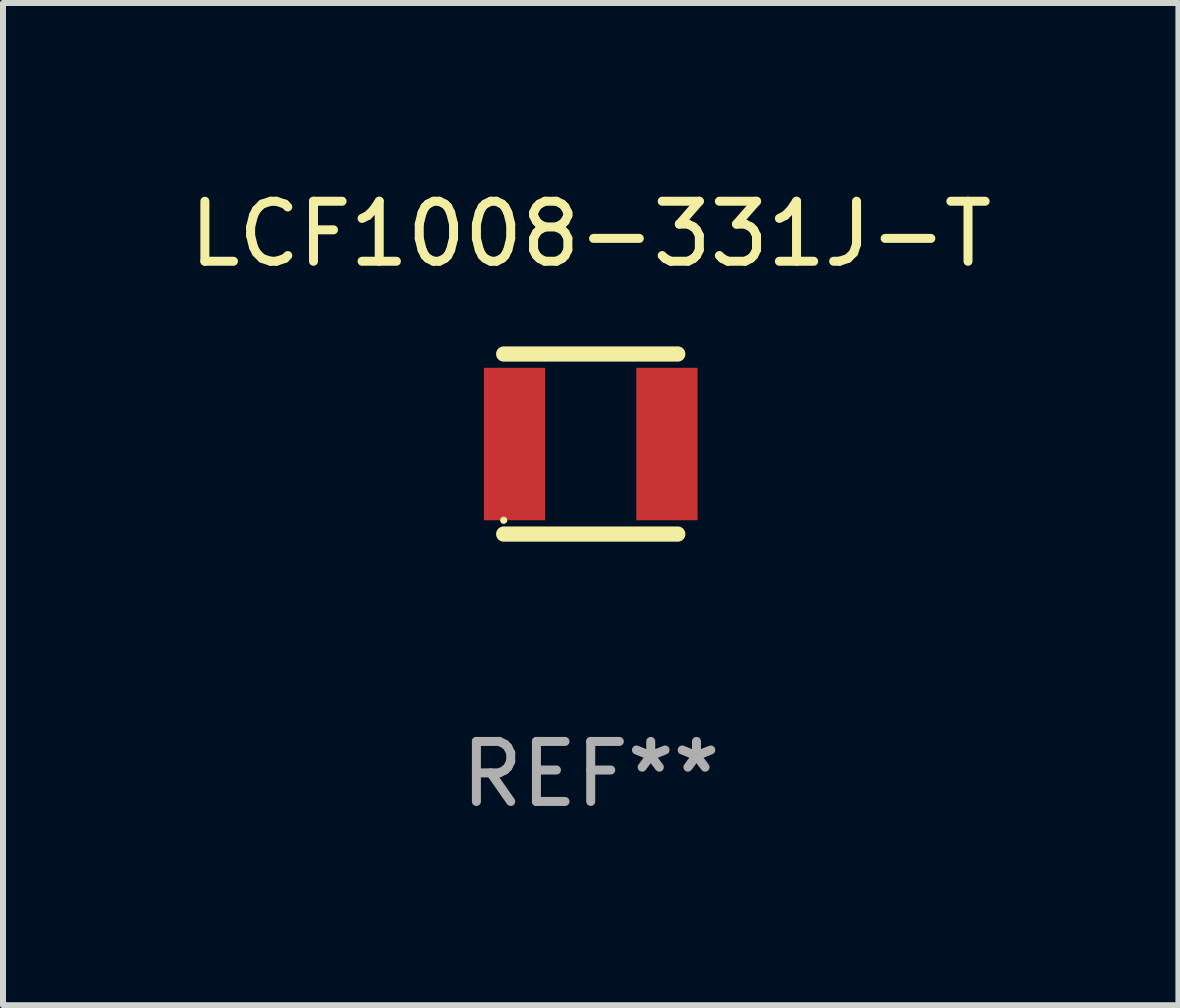
<source format=kicad_pcb>
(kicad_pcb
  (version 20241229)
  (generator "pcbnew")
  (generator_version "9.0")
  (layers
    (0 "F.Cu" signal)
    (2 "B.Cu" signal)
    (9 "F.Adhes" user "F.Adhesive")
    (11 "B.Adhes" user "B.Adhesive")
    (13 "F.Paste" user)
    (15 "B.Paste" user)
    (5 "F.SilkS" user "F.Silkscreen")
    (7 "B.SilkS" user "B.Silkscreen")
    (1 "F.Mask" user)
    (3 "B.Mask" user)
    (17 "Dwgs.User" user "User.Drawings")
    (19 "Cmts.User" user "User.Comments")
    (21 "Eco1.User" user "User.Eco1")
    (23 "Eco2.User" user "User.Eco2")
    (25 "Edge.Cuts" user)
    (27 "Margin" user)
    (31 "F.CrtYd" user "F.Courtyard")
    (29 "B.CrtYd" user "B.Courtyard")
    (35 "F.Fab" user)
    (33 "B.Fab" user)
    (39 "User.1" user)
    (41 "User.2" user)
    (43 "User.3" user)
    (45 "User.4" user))
  (footprint "LCF1008-331J-T"
    (layer "F.Cu")
    (at 6.792 4.348)
    (property "Reference" "LCF1008-331J-T" (at 0 -3.5 0) (layer "F.SilkS") (effects (font (size 1 1) (thickness 0.15))))
    (attr through_hole)
    (fp_line (start -1.45 -1.5) (end 1.45 -1.5) (stroke (width 0.254) (type solid)) (layer "F.SilkS"))
    (fp_line (start -1.45 1.5) (end 1.45 1.5) (stroke (width 0.254) (type solid)) (layer "F.SilkS"))
    (fp_circle (center -1.45 1.27) (end -1.42 1.27) (stroke (width 0.06) (type solid)) (fill no) (layer "F.SilkS"))
    (fp_text user "REF**" (at 0 5.5 0) (layer "F.Fab") (effects (font (size 1 1) (thickness 0.15))))
    (pad "1" smd rect (at -1.27 0 90) (size 2.54 1.02) (layers "F.Cu" "F.Mask" "F.Paste"))
    (pad "2" smd rect (at 1.27 0 90) (size 2.54 1.02) (layers "F.Cu" "F.Mask" "F.Paste")))
  (gr_rect
    (start -3 -3)
    (end 16.583 13.697)
    (stroke (width 0.1) (type default))
    (fill no)
    (layer "Edge.Cuts")))
</source>
